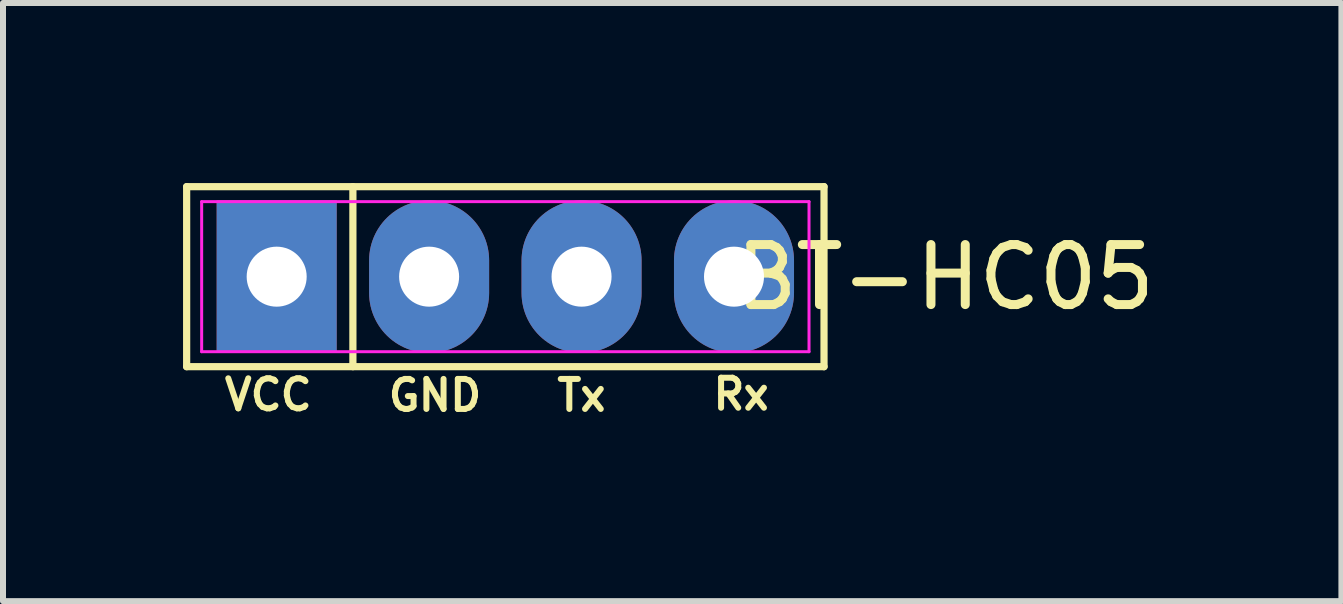
<source format=kicad_pcb>
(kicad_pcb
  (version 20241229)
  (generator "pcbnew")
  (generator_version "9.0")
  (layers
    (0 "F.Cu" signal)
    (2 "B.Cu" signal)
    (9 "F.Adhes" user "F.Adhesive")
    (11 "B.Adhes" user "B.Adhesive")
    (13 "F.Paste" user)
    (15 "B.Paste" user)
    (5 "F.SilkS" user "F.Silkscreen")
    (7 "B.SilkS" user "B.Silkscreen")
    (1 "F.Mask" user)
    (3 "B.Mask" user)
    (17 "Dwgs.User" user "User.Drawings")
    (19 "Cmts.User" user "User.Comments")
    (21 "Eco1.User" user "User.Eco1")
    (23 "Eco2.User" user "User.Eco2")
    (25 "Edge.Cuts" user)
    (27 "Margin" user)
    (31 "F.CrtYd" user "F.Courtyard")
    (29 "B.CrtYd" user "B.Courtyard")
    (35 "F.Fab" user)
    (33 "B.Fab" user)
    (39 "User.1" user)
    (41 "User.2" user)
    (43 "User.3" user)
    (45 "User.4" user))
  (footprint "BT-HC05"
    (layer "F.Cu")
    (at 5.37 1.56)
    (property "Reference" "BT-HC05" (at 7.33 0.01 0) (unlocked yes) (layer "F.SilkS") (effects (font (size 1 1) (thickness 0.15))))
    (attr through_hole)
    (fp_line (start -5.31 -1.5) (end 5.31 -1.5) (stroke (width 0.12) (type default)) (layer "F.SilkS"))
    (fp_line (start -5.31 1.5) (end -5.31 -1.5) (stroke (width 0.12) (type default)) (layer "F.SilkS"))
    (fp_line (start -2.54 -1.5) (end -2.54 1.5) (stroke (width 0.12) (type default)) (layer "F.SilkS"))
    (fp_line (start 5.31 -1.5) (end 5.31 1.5) (stroke (width 0.12) (type default)) (layer "F.SilkS"))
    (fp_line (start 5.31 1.5) (end -5.31 1.5) (stroke (width 0.12) (type default)) (layer "F.SilkS"))
    (fp_line (start -5.06 -1.25) (end 5.06 -1.25) (stroke (width 0.05) (type default)) (layer "F.CrtYd"))
    (fp_line (start -5.06 1.25) (end -5.06 -1.25) (stroke (width 0.05) (type default)) (layer "F.CrtYd"))
    (fp_line (start 5.06 -1.25) (end 5.06 1.25) (stroke (width 0.05) (type default)) (layer "F.CrtYd"))
    (fp_line (start 5.06 1.25) (end -5.06 1.25) (stroke (width 0.05) (type default)) (layer "F.CrtYd"))
    (fp_text user "GND" (at -2 2.27 0) (unlocked yes) (layer "F.SilkS") (effects (font (size 0.5 0.5) (thickness 0.1)) (justify left bottom)))
    (fp_text user "Tx" (at 0.81 2.27 0) (unlocked yes) (layer "F.SilkS") (effects (font (size 0.5 0.5) (thickness 0.1)) (justify left bottom)))
    (fp_text user "Rx" (at 3.41 2.25 0) (unlocked yes) (layer "F.SilkS") (effects (font (size 0.5 0.5) (thickness 0.1)) (justify left bottom)))
    (fp_text user "VCC" (at -4.73 2.26 0) (unlocked yes) (layer "F.SilkS") (effects (font (size 0.5 0.5) (thickness 0.1)) (justify left bottom)))
    (pad "1" thru_hole rect (at -3.81 0) (size 2 2.54) (drill 1) (layers "*.Cu" "*.Mask"))
    (pad "2" thru_hole oval (at -1.27 0) (size 2 2.54) (drill 1) (layers "*.Cu" "*.Mask"))
    (pad "3" thru_hole oval (at 1.27 0) (size 2 2.54) (drill 1) (layers "*.Cu" "*.Mask"))
    (pad "4" thru_hole oval (at 3.81 0) (size 2 2.54) (drill 1) (layers "*.Cu" "*.Mask")))
  (gr_rect
    (start -3 -3)
    (end 19.301 6.966)
    (stroke (width 0.1) (type default))
    (fill no)
    (layer "Edge.Cuts")))
</source>
